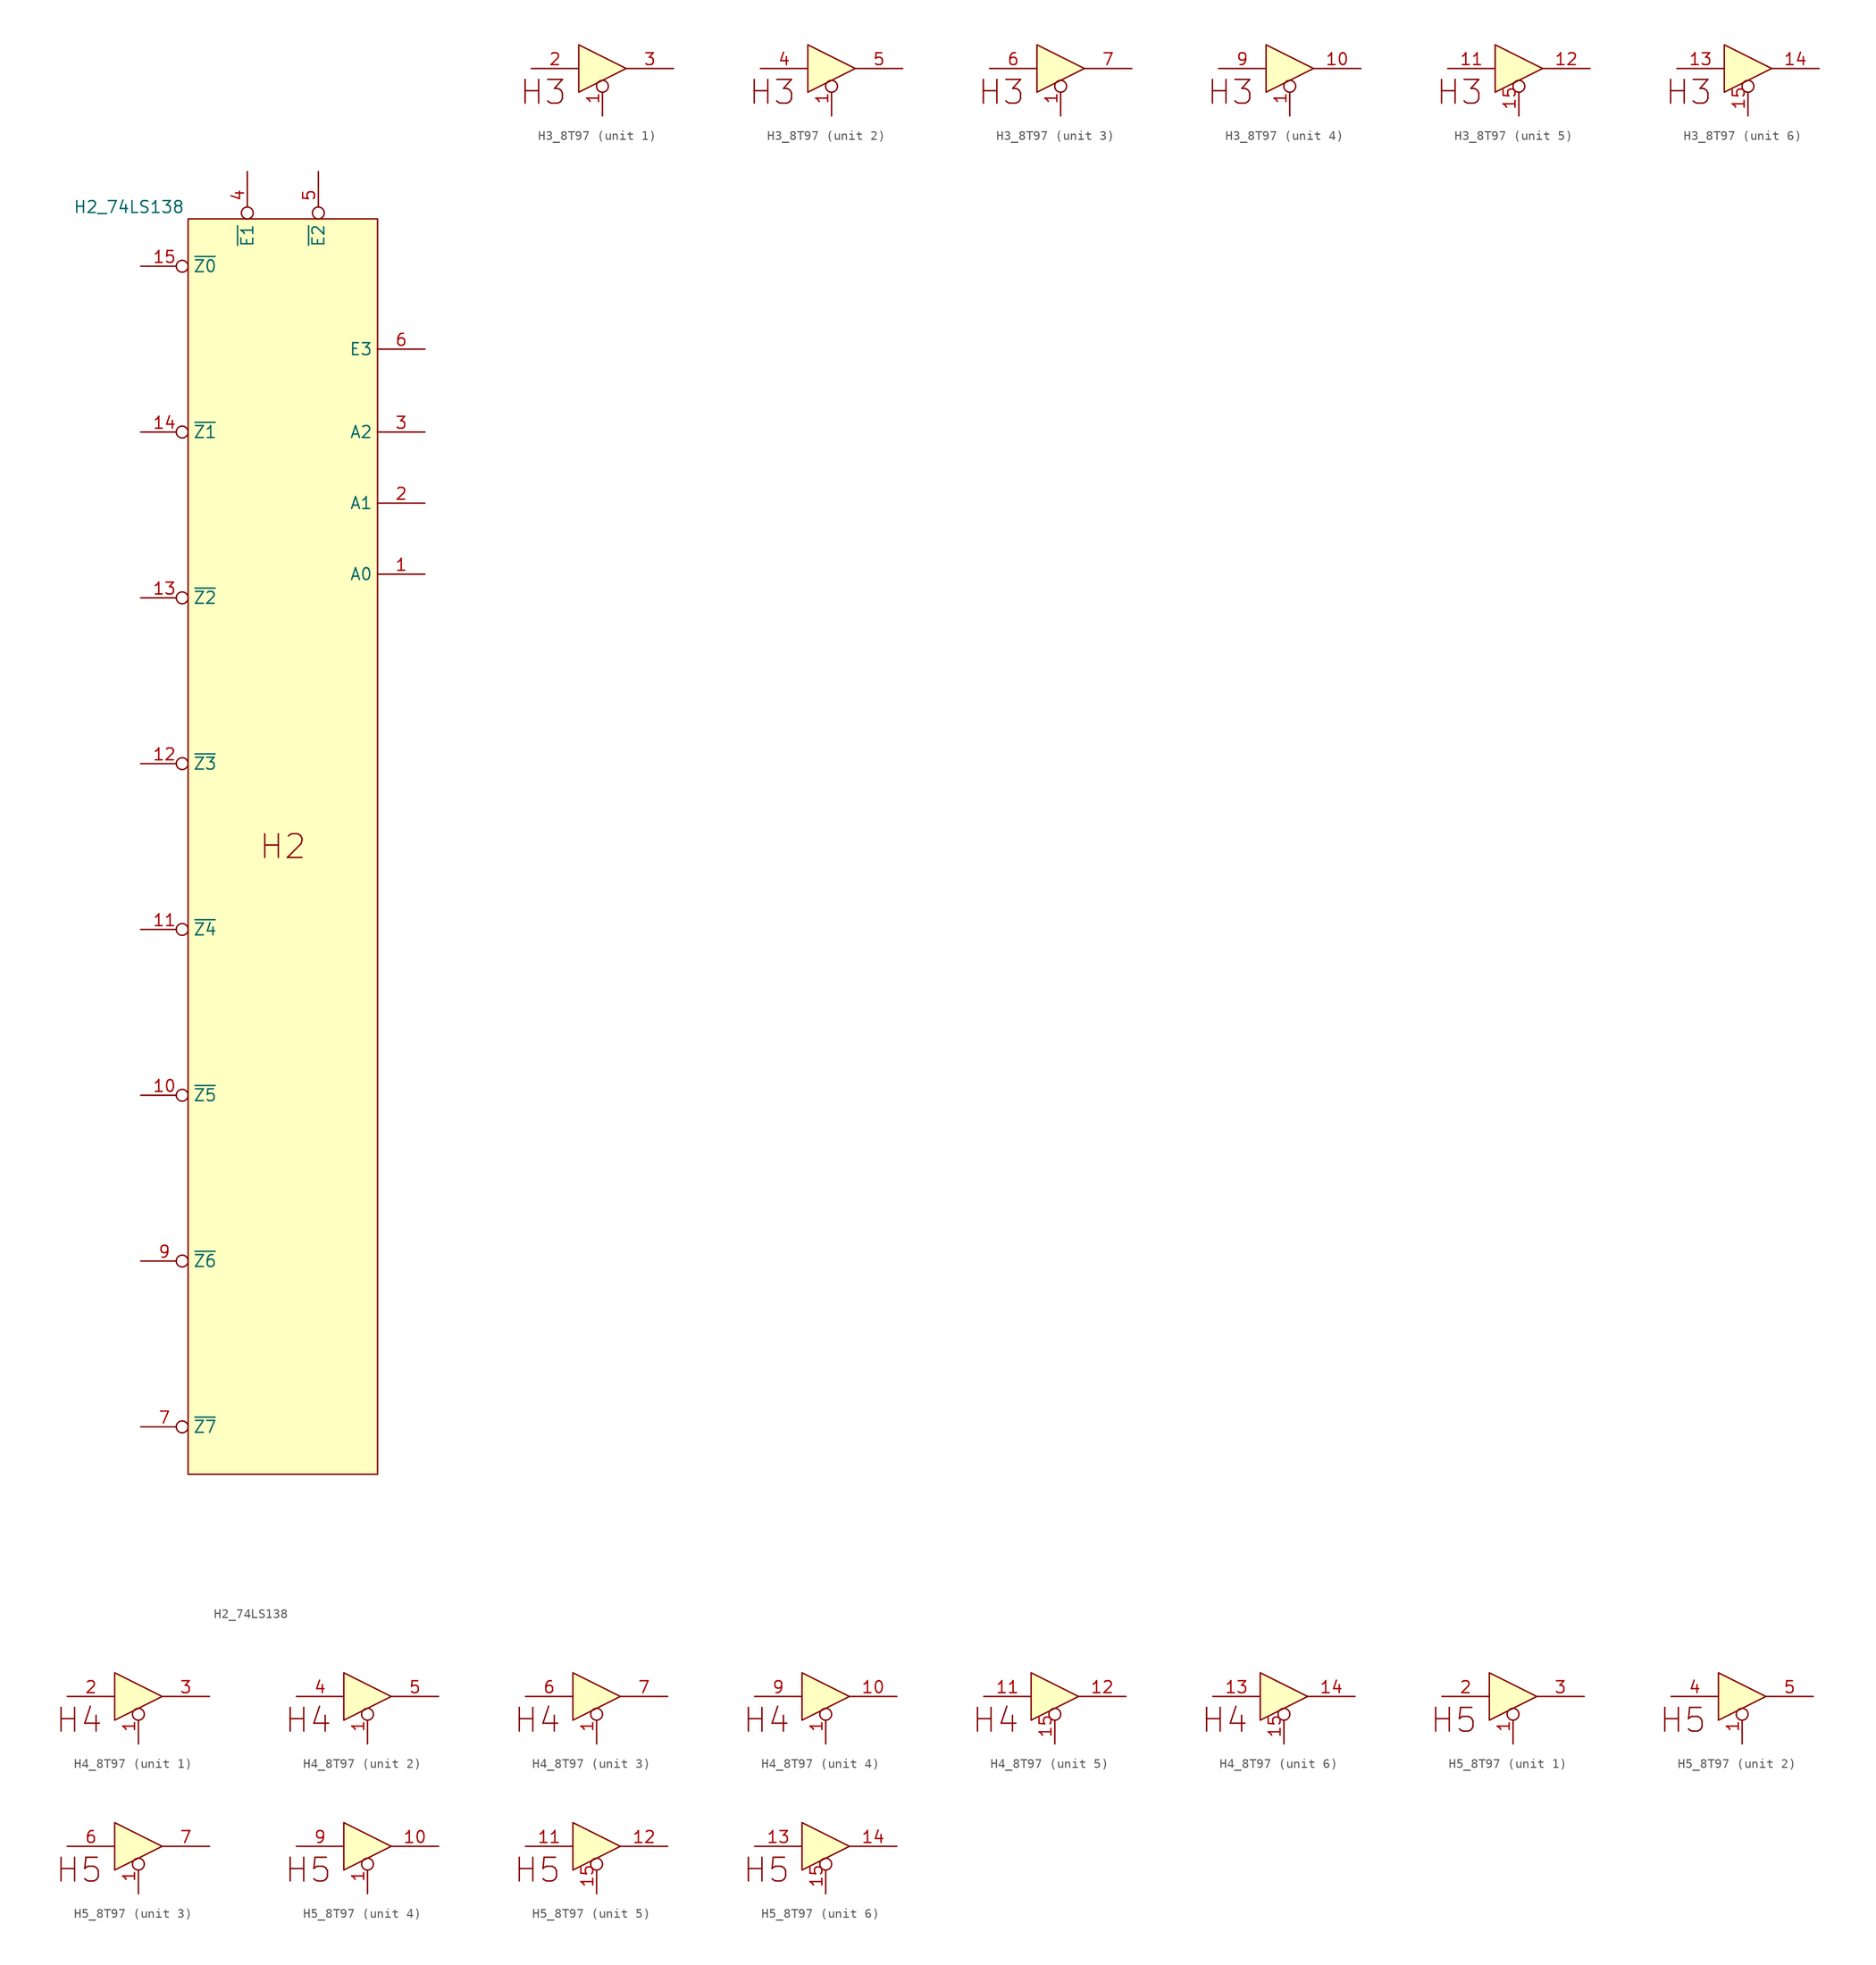
<source format=kicad_sym>
(kicad_symbol_lib
  (version 20211014)
  (generator kicad_symbol_editor)
  (symbol "H2_74LS138"
    (property "Reference" "U"
      (at -21.59 11.43 0)
      (effects (font (size 1.27 1.27)) hide))
    (property "Value" "H2_74LS138"
      (at -6.35 1.27 0)
      (effects (font (size 1.27 1.27))))
    (symbol "H2_74LS138_0_0"
      (rectangle (start 0 0) (end 20.32 -134.62) (stroke (width 0) (type default) (color 0 0 0 0)) (fill (type background)))
      (text "H2" (at 10.16 -67.31 0) (effects (font (size 2.54 2.54)))))
    (symbol "H2_74LS138_1_0"
      (pin passive line (at 25.4 -38.1 180) (length 5.08) (name "A0" (effects (font (size 1.27 1.27)))) (number "1" (effects (font (size 1.27 1.27)))))
      (pin passive inverted (at -5.08 -93.98 0) (length 5.08) (name "~{Z5}" (effects (font (size 1.27 1.27)))) (number "10" (effects (font (size 1.27 1.27)))))
      (pin passive inverted (at -5.08 -76.2 0) (length 5.08) (name "~{Z4}" (effects (font (size 1.27 1.27)))) (number "11" (effects (font (size 1.27 1.27)))))
      (pin passive inverted (at -5.08 -58.42 0) (length 5.08) (name "~{Z3}" (effects (font (size 1.27 1.27)))) (number "12" (effects (font (size 1.27 1.27)))))
      (pin passive inverted (at -5.08 -40.64 0) (length 5.08) (name "~{Z2}" (effects (font (size 1.27 1.27)))) (number "13" (effects (font (size 1.27 1.27)))))
      (pin passive inverted (at -5.08 -22.86 0) (length 5.08) (name "~{Z1}" (effects (font (size 1.27 1.27)))) (number "14" (effects (font (size 1.27 1.27)))))
      (pin passive inverted (at -5.08 -5.08 0) (length 5.08) (name "~{Z0}" (effects (font (size 1.27 1.27)))) (number "15" (effects (font (size 1.27 1.27)))))
      (pin passive line (at 25.4 -30.48 180) (length 5.08) (name "A1" (effects (font (size 1.27 1.27)))) (number "2" (effects (font (size 1.27 1.27)))))
      (pin passive line (at 25.4 -22.86 180) (length 5.08) (name "A2" (effects (font (size 1.27 1.27)))) (number "3" (effects (font (size 1.27 1.27)))))
      (pin passive inverted (at 6.35 5.08 270) (length 5.08) (name "~{E1}" (effects (font (size 1.27 1.27)))) (number "4" (effects (font (size 1.27 1.27)))))
      (pin passive inverted (at 13.97 5.08 270) (length 5.08) (name "~{E2}" (effects (font (size 1.27 1.27)))) (number "5" (effects (font (size 1.27 1.27)))))
      (pin passive line (at 25.4 -13.97 180) (length 5.08) (name "E3" (effects (font (size 1.27 1.27)))) (number "6" (effects (font (size 1.27 1.27)))))
      (pin passive inverted (at -5.08 -129.54 0) (length 5.08) (name "~{Z7}" (effects (font (size 1.27 1.27)))) (number "7" (effects (font (size 1.27 1.27)))))
      (pin passive inverted (at -5.08 -111.76 0) (length 5.08) (name "~{Z6}" (effects (font (size 1.27 1.27)))) (number "9" (effects (font (size 1.27 1.27)))))))
  (symbol "H3_8T97"
    (property "Reference" "U"
      (at -16.51 10.16 0)
      (effects (font (size 1.27 1.27)) hide))
    (symbol "H3_8T97_0_0"
      (polyline (pts (xy 3.81 0) (xy -1.27 2.54) (xy -1.27 -2.54) (xy 3.81 0)) (stroke (width 0) (type default) (color 0 0 0 0)) (fill (type background)))
      (text "H3" (at -5.08 -2.54 0) (effects (font (size 2.54 2.54)))))
    (symbol "H3_8T97_1_0"
      (pin passive inverted (at 1.27 -5.08 90) (length 3.81) (name "" (effects (font (size 1.27 1.27)))) (number "1" (effects (font (size 1.27 1.27)))))
      (pin passive line (at -6.35 0 0) (length 5.08) (name "" (effects (font (size 1.27 1.27)))) (number "2" (effects (font (size 1.27 1.27)))))
      (pin passive line (at 8.89 0 180) (length 5.08) (name "" (effects (font (size 1.27 1.27)))) (number "3" (effects (font (size 1.27 1.27))))))
    (symbol "H3_8T97_2_0"
      (pin passive inverted (at 1.27 -5.08 90) (length 3.81) (name "" (effects (font (size 1.27 1.27)))) (number "1" (effects (font (size 1.27 1.27)))))
      (pin passive line (at -6.35 0 0) (length 5.08) (name "" (effects (font (size 1.27 1.27)))) (number "4" (effects (font (size 1.27 1.27)))))
      (pin passive line (at 8.89 0 180) (length 5.08) (name "" (effects (font (size 1.27 1.27)))) (number "5" (effects (font (size 1.27 1.27))))))
    (symbol "H3_8T97_3_0"
      (pin passive inverted (at 1.27 -5.08 90) (length 3.81) (name "" (effects (font (size 1.27 1.27)))) (number "1" (effects (font (size 1.27 1.27)))))
      (pin passive line (at -6.35 0 0) (length 5.08) (name "" (effects (font (size 1.27 1.27)))) (number "6" (effects (font (size 1.27 1.27)))))
      (pin passive line (at 8.89 0 180) (length 5.08) (name "" (effects (font (size 1.27 1.27)))) (number "7" (effects (font (size 1.27 1.27))))))
    (symbol "H3_8T97_4_0"
      (pin passive inverted (at 1.27 -5.08 90) (length 3.81) (name "" (effects (font (size 1.27 1.27)))) (number "1" (effects (font (size 1.27 1.27)))))
      (pin passive line (at 8.89 0 180) (length 5.08) (name "" (effects (font (size 1.27 1.27)))) (number "10" (effects (font (size 1.27 1.27)))))
      (pin passive line (at -6.35 0 0) (length 5.08) (name "" (effects (font (size 1.27 1.27)))) (number "9" (effects (font (size 1.27 1.27))))))
    (symbol "H3_8T97_5_0"
      (pin passive line (at -6.35 0 0) (length 5.08) (name "" (effects (font (size 1.27 1.27)))) (number "11" (effects (font (size 1.27 1.27)))))
      (pin passive line (at 8.89 0 180) (length 5.08) (name "" (effects (font (size 1.27 1.27)))) (number "12" (effects (font (size 1.27 1.27)))))
      (pin passive inverted (at 1.27 -5.08 90) (length 3.81) (name "" (effects (font (size 1.27 1.27)))) (number "15" (effects (font (size 1.27 1.27))))))
    (symbol "H3_8T97_6_0"
      (pin passive line (at -6.35 0 0) (length 5.08) (name "" (effects (font (size 1.27 1.27)))) (number "13" (effects (font (size 1.27 1.27)))))
      (pin passive line (at 8.89 0 180) (length 5.08) (name "" (effects (font (size 1.27 1.27)))) (number "14" (effects (font (size 1.27 1.27)))))
      (pin passive inverted (at 1.27 -5.08 90) (length 3.81) (name "" (effects (font (size 1.27 1.27)))) (number "15" (effects (font (size 1.27 1.27)))))))
  (symbol "H4_8T97"
    (property "Reference" "U"
      (at -16.51 10.16 0)
      (effects (font (size 1.27 1.27)) hide))
    (symbol "H4_8T97_0_0"
      (polyline (pts (xy 3.81 0) (xy -1.27 2.54) (xy -1.27 -2.54) (xy 3.81 0)) (stroke (width 0) (type default) (color 0 0 0 0)) (fill (type background)))
      (text "H4" (at -5.08 -2.54 0) (effects (font (size 2.54 2.54)))))
    (symbol "H4_8T97_1_0"
      (pin passive inverted (at 1.27 -5.08 90) (length 3.81) (name "" (effects (font (size 1.27 1.27)))) (number "1" (effects (font (size 1.27 1.27)))))
      (pin passive line (at -6.35 0 0) (length 5.08) (name "" (effects (font (size 1.27 1.27)))) (number "2" (effects (font (size 1.27 1.27)))))
      (pin passive line (at 8.89 0 180) (length 5.08) (name "" (effects (font (size 1.27 1.27)))) (number "3" (effects (font (size 1.27 1.27))))))
    (symbol "H4_8T97_2_0"
      (pin passive inverted (at 1.27 -5.08 90) (length 3.81) (name "" (effects (font (size 1.27 1.27)))) (number "1" (effects (font (size 1.27 1.27)))))
      (pin passive line (at -6.35 0 0) (length 5.08) (name "" (effects (font (size 1.27 1.27)))) (number "4" (effects (font (size 1.27 1.27)))))
      (pin passive line (at 8.89 0 180) (length 5.08) (name "" (effects (font (size 1.27 1.27)))) (number "5" (effects (font (size 1.27 1.27))))))
    (symbol "H4_8T97_3_0"
      (pin passive inverted (at 1.27 -5.08 90) (length 3.81) (name "" (effects (font (size 1.27 1.27)))) (number "1" (effects (font (size 1.27 1.27)))))
      (pin passive line (at -6.35 0 0) (length 5.08) (name "" (effects (font (size 1.27 1.27)))) (number "6" (effects (font (size 1.27 1.27)))))
      (pin passive line (at 8.89 0 180) (length 5.08) (name "" (effects (font (size 1.27 1.27)))) (number "7" (effects (font (size 1.27 1.27))))))
    (symbol "H4_8T97_4_0"
      (pin passive inverted (at 1.27 -5.08 90) (length 3.81) (name "" (effects (font (size 1.27 1.27)))) (number "1" (effects (font (size 1.27 1.27)))))
      (pin passive line (at 8.89 0 180) (length 5.08) (name "" (effects (font (size 1.27 1.27)))) (number "10" (effects (font (size 1.27 1.27)))))
      (pin passive line (at -6.35 0 0) (length 5.08) (name "" (effects (font (size 1.27 1.27)))) (number "9" (effects (font (size 1.27 1.27))))))
    (symbol "H4_8T97_5_0"
      (pin passive line (at -6.35 0 0) (length 5.08) (name "" (effects (font (size 1.27 1.27)))) (number "11" (effects (font (size 1.27 1.27)))))
      (pin passive line (at 8.89 0 180) (length 5.08) (name "" (effects (font (size 1.27 1.27)))) (number "12" (effects (font (size 1.27 1.27)))))
      (pin passive inverted (at 1.27 -5.08 90) (length 3.81) (name "" (effects (font (size 1.27 1.27)))) (number "15" (effects (font (size 1.27 1.27))))))
    (symbol "H4_8T97_6_0"
      (pin passive line (at -6.35 0 0) (length 5.08) (name "" (effects (font (size 1.27 1.27)))) (number "13" (effects (font (size 1.27 1.27)))))
      (pin passive line (at 8.89 0 180) (length 5.08) (name "" (effects (font (size 1.27 1.27)))) (number "14" (effects (font (size 1.27 1.27)))))
      (pin passive inverted (at 1.27 -5.08 90) (length 3.81) (name "" (effects (font (size 1.27 1.27)))) (number "15" (effects (font (size 1.27 1.27)))))))
  (symbol "H5_8T97"
    (property "Reference" "U"
      (at -16.51 10.16 0)
      (effects (font (size 1.27 1.27)) hide))
    (symbol "H5_8T97_0_0"
      (polyline (pts (xy 3.81 0) (xy -1.27 2.54) (xy -1.27 -2.54) (xy 3.81 0)) (stroke (width 0) (type default) (color 0 0 0 0)) (fill (type background)))
      (text "H5" (at -5.08 -2.54 0) (effects (font (size 2.54 2.54)))))
    (symbol "H5_8T97_1_0"
      (pin passive inverted (at 1.27 -5.08 90) (length 3.81) (name "" (effects (font (size 1.27 1.27)))) (number "1" (effects (font (size 1.27 1.27)))))
      (pin passive line (at -6.35 0 0) (length 5.08) (name "" (effects (font (size 1.27 1.27)))) (number "2" (effects (font (size 1.27 1.27)))))
      (pin passive line (at 8.89 0 180) (length 5.08) (name "" (effects (font (size 1.27 1.27)))) (number "3" (effects (font (size 1.27 1.27))))))
    (symbol "H5_8T97_2_0"
      (pin passive inverted (at 1.27 -5.08 90) (length 3.81) (name "" (effects (font (size 1.27 1.27)))) (number "1" (effects (font (size 1.27 1.27)))))
      (pin passive line (at -6.35 0 0) (length 5.08) (name "" (effects (font (size 1.27 1.27)))) (number "4" (effects (font (size 1.27 1.27)))))
      (pin passive line (at 8.89 0 180) (length 5.08) (name "" (effects (font (size 1.27 1.27)))) (number "5" (effects (font (size 1.27 1.27))))))
    (symbol "H5_8T97_3_0"
      (pin passive inverted (at 1.27 -5.08 90) (length 3.81) (name "" (effects (font (size 1.27 1.27)))) (number "1" (effects (font (size 1.27 1.27)))))
      (pin passive line (at -6.35 0 0) (length 5.08) (name "" (effects (font (size 1.27 1.27)))) (number "6" (effects (font (size 1.27 1.27)))))
      (pin passive line (at 8.89 0 180) (length 5.08) (name "" (effects (font (size 1.27 1.27)))) (number "7" (effects (font (size 1.27 1.27))))))
    (symbol "H5_8T97_4_0"
      (pin passive inverted (at 1.27 -5.08 90) (length 3.81) (name "" (effects (font (size 1.27 1.27)))) (number "1" (effects (font (size 1.27 1.27)))))
      (pin passive line (at 8.89 0 180) (length 5.08) (name "" (effects (font (size 1.27 1.27)))) (number "10" (effects (font (size 1.27 1.27)))))
      (pin passive line (at -6.35 0 0) (length 5.08) (name "" (effects (font (size 1.27 1.27)))) (number "9" (effects (font (size 1.27 1.27))))))
    (symbol "H5_8T97_5_0"
      (pin passive line (at -6.35 0 0) (length 5.08) (name "" (effects (font (size 1.27 1.27)))) (number "11" (effects (font (size 1.27 1.27)))))
      (pin passive line (at 8.89 0 180) (length 5.08) (name "" (effects (font (size 1.27 1.27)))) (number "12" (effects (font (size 1.27 1.27)))))
      (pin passive inverted (at 1.27 -5.08 90) (length 3.81) (name "" (effects (font (size 1.27 1.27)))) (number "15" (effects (font (size 1.27 1.27))))))
    (symbol "H5_8T97_6_0"
      (pin passive line (at -6.35 0 0) (length 5.08) (name "" (effects (font (size 1.27 1.27)))) (number "13" (effects (font (size 1.27 1.27)))))
      (pin passive line (at 8.89 0 180) (length 5.08) (name "" (effects (font (size 1.27 1.27)))) (number "14" (effects (font (size 1.27 1.27)))))
      (pin passive inverted (at 1.27 -5.08 90) (length 3.81) (name "" (effects (font (size 1.27 1.27)))) (number "15" (effects (font (size 1.27 1.27))))))))
</source>
